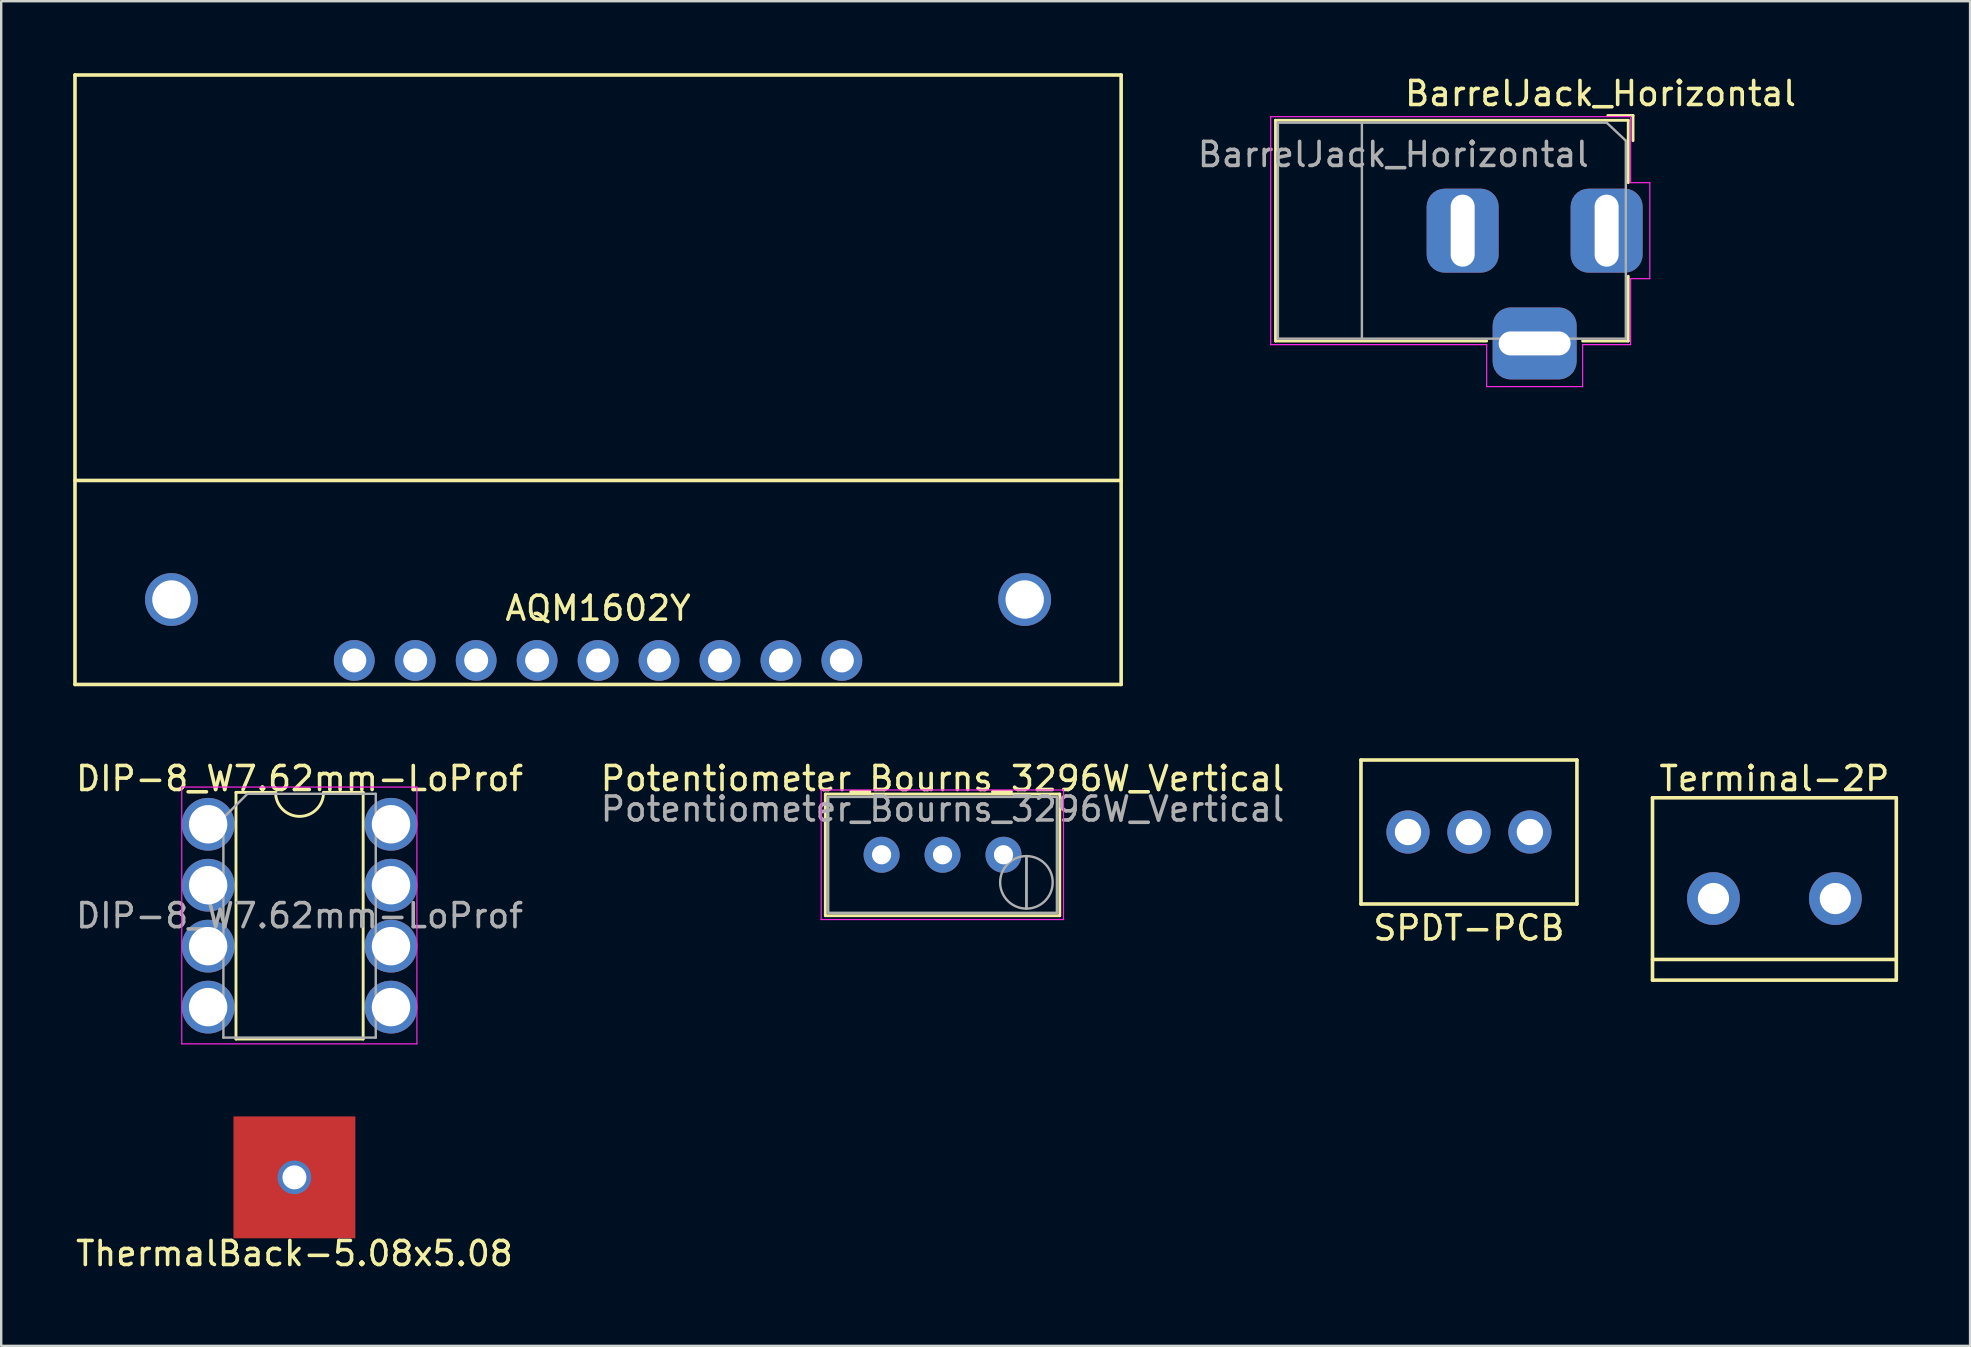
<source format=kicad_pcb>
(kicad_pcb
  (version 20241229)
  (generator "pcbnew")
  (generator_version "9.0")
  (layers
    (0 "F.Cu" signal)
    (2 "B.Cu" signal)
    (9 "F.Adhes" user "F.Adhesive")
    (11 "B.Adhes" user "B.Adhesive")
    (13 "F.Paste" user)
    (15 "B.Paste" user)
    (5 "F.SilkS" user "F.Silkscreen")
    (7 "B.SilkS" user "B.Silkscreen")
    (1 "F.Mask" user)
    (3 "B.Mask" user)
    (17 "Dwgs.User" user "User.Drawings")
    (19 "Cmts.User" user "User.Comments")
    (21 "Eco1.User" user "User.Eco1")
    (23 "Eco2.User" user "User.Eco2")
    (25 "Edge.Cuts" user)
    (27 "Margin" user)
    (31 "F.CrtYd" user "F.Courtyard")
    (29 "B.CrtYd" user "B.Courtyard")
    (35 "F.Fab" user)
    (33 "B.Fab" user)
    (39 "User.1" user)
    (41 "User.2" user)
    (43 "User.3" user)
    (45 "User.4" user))
  (footprint "Terminal-2P"
    (layer "F.Cu")
    (at 70.9 34.398)
    (property "Reference" "Terminal-2P" (at 0 -5 0) (layer "F.SilkS") (effects (font (size 1 1) (thickness 0.15))))
    (attr through_hole)
    (fp_line (start -5.08 -4.2) (end 5.08 -4.2) (stroke (width 0.15) (type solid)) (layer "F.SilkS"))
    (fp_line (start -5.08 2.54) (end 5.08 2.54) (stroke (width 0.15) (type solid)) (layer "F.SilkS"))
    (fp_line (start -5.08 3.4) (end -5.08 -4.2) (stroke (width 0.15) (type solid)) (layer "F.SilkS"))
    (fp_line (start 5.08 -4.2) (end 5.08 3.4) (stroke (width 0.15) (type solid)) (layer "F.SilkS"))
    (fp_line (start 5.08 3.4) (end -5.08 3.4) (stroke (width 0.15) (type solid)) (layer "F.SilkS"))
    (pad "1" thru_hole circle (at -2.54 0) (size 2.2 2.2) (drill 1.3) (layers "*.Cu" "*.Mask"))
    (pad "2" thru_hole circle (at 2.54 0) (size 2.2 2.2) (drill 1.3) (layers "*.Cu" "*.Mask")))
  (footprint "AQM1602Y"
    (layer "F.Cu")
    (at 21.875 24.475)
    (property "Reference" "AQM1602Y" (at 0 -2.175 0) (layer "F.SilkS") (effects (font (size 1 1) (thickness 0.15))))
    (attr through_hole)
    (fp_line (start -21.8 -24.4) (end 21.8 -24.4) (stroke (width 0.15) (type solid)) (layer "F.SilkS"))
    (fp_line (start -21.8 -7.5) (end 21.8 -7.5) (stroke (width 0.15) (type solid)) (layer "F.SilkS"))
    (fp_line (start -21.8 1) (end -21.8 -24.4) (stroke (width 0.15) (type solid)) (layer "F.SilkS"))
    (fp_line (start 21.8 -24.4) (end 21.8 1) (stroke (width 0.15) (type solid)) (layer "F.SilkS"))
    (fp_line (start 21.8 1) (end -21.8 1) (stroke (width 0.15) (type solid)) (layer "F.SilkS"))
    (pad "0" thru_hole circle (at -17.78 -2.54) (size 2.2 2.2) (drill 1.6) (layers "*.Cu" "*.Mask"))
    (pad "1" thru_hole circle (at -10.16 0) (size 1.7 1.7) (drill 1) (layers "*.Cu" "*.Mask"))
    (pad "2" thru_hole circle (at -7.62 0) (size 1.7 1.7) (drill 1) (layers "*.Cu" "*.Mask"))
    (pad "3" thru_hole circle (at -5.08 0) (size 1.7 1.7) (drill 1) (layers "*.Cu" "*.Mask"))
    (pad "4" thru_hole circle (at -2.54 0) (size 1.7 1.7) (drill 1) (layers "*.Cu" "*.Mask"))
    (pad "5" thru_hole circle (at 0 0) (size 1.7 1.7) (drill 1) (layers "*.Cu" "*.Mask"))
    (pad "6" thru_hole circle (at 2.54 0) (size 1.7 1.7) (drill 1) (layers "*.Cu" "*.Mask"))
    (pad "7" thru_hole circle (at 5.08 0) (size 1.7 1.7) (drill 1) (layers "*.Cu" "*.Mask"))
    (pad "8" thru_hole circle (at 7.62 0) (size 1.7 1.7) (drill 1) (layers "*.Cu" "*.Mask"))
    (pad "9" thru_hole circle (at 10.16 0) (size 1.7 1.7) (drill 1) (layers "*.Cu" "*.Mask"))
    (pad "10" thru_hole circle (at 17.78 -2.54) (size 2.2 2.2) (drill 1.6) (layers "*.Cu" "*.Mask")))
  (footprint "DIP-8_W7.62mm-LoProf"
    (layer "F.Cu")
    (at 5.625 31.303)
    (property "Reference" "DIP-8_W7.62mm-LoProf" (at 3.81 -1.905 0) (layer "F.SilkS") (effects (font (size 1 1) (thickness 0.15))))
    (attr through_hole)
    (fp_line (start 1.16 -1.33) (end 1.16 8.95) (stroke (width 0.12) (type solid)) (layer "F.SilkS"))
    (fp_line (start 1.16 8.95) (end 6.46 8.95) (stroke (width 0.12) (type solid)) (layer "F.SilkS"))
    (fp_line (start 2.81 -1.33) (end 1.16 -1.33) (stroke (width 0.12) (type solid)) (layer "F.SilkS"))
    (fp_line (start 6.46 -1.33) (end 4.81 -1.33) (stroke (width 0.12) (type solid)) (layer "F.SilkS"))
    (fp_line (start 6.46 8.95) (end 6.46 -1.33) (stroke (width 0.12) (type solid)) (layer "F.SilkS"))
    (fp_arc (start 4.81 -1.33) (mid 3.81 -0.33) (end 2.81 -1.33) (stroke (width 0.12) (type solid)) (layer "F.SilkS"))
    (fp_line (start -1.1 -1.55) (end -1.1 9.15) (stroke (width 0.05) (type solid)) (layer "F.CrtYd"))
    (fp_line (start -1.1 9.15) (end 8.7 9.15) (stroke (width 0.05) (type solid)) (layer "F.CrtYd"))
    (fp_line (start 8.7 -1.55) (end -1.1 -1.55) (stroke (width 0.05) (type solid)) (layer "F.CrtYd"))
    (fp_line (start 8.7 9.15) (end 8.7 -1.55) (stroke (width 0.05) (type solid)) (layer "F.CrtYd"))
    (fp_line (start 0.635 -0.27) (end 1.635 -1.27) (stroke (width 0.1) (type solid)) (layer "F.Fab"))
    (fp_line (start 0.635 8.89) (end 0.635 -0.27) (stroke (width 0.1) (type solid)) (layer "F.Fab"))
    (fp_line (start 1.635 -1.27) (end 6.985 -1.27) (stroke (width 0.1) (type solid)) (layer "F.Fab"))
    (fp_line (start 6.985 -1.27) (end 6.985 8.89) (stroke (width 0.1) (type solid)) (layer "F.Fab"))
    (fp_line (start 6.985 8.89) (end 0.635 8.89) (stroke (width 0.1) (type solid)) (layer "F.Fab"))
    (fp_text user "${REFERENCE}" (at 3.81 3.81 0) (layer "F.Fab") (effects (font (size 1 1) (thickness 0.15))))
    (pad "1" thru_hole circle (at 0 0) (size 2.2 2.2) (drill 1.6) (layers "*.Cu" "*.Mask"))
    (pad "2" thru_hole circle (at 0 2.54) (size 2.2 2.2) (drill 1.6) (layers "*.Cu" "*.Mask"))
    (pad "3" thru_hole circle (at 0 5.08) (size 2.2 2.2) (drill 1.6) (layers "*.Cu" "*.Mask"))
    (pad "4" thru_hole circle (at 0 7.62) (size 2.2 2.2) (drill 1.6) (layers "*.Cu" "*.Mask"))
    (pad "5" thru_hole circle (at 7.62 7.62) (size 2.2 2.2) (drill 1.6) (layers "*.Cu" "*.Mask"))
    (pad "6" thru_hole circle (at 7.62 5.08) (size 2.2 2.2) (drill 1.6) (layers "*.Cu" "*.Mask"))
    (pad "7" thru_hole circle (at 7.62 2.54) (size 2.2 2.2) (drill 1.6) (layers "*.Cu" "*.Mask"))
    (pad "8" thru_hole circle (at 7.62 0) (size 2.2 2.2) (drill 1.6) (layers "*.Cu" "*.Mask")))
  (footprint "BarrelJack_Horizontal"
    (layer "F.Cu")
    (at 63.908 6.563)
    (property "Reference" "BarrelJack_Horizontal" (at -0.254 -5.715 0) (layer "F.SilkS") (effects (font (size 1 1) (thickness 0.15))))
    (attr through_hole)
    (fp_line (start -13.8 -4.6) (end 0.9 -4.6) (stroke (width 0.12) (type solid)) (layer "F.SilkS"))
    (fp_line (start -13.8 4.6) (end -13.8 -4.6) (stroke (width 0.12) (type solid)) (layer "F.SilkS"))
    (fp_line (start -5 4.6) (end -13.8 4.6) (stroke (width 0.12) (type solid)) (layer "F.SilkS"))
    (fp_line (start 0.05 -4.8) (end 1.1 -4.8) (stroke (width 0.12) (type solid)) (layer "F.SilkS"))
    (fp_line (start 0.9 -4.6) (end 0.9 -2) (stroke (width 0.12) (type solid)) (layer "F.SilkS"))
    (fp_line (start 0.9 1.9) (end 0.9 4.6) (stroke (width 0.12) (type solid)) (layer "F.SilkS"))
    (fp_line (start 0.9 4.6) (end -1 4.6) (stroke (width 0.12) (type solid)) (layer "F.SilkS"))
    (fp_line (start 1.1 -3.75) (end 1.1 -4.8) (stroke (width 0.12) (type solid)) (layer "F.SilkS"))
    (fp_line (start -14 4.75) (end -14 -4.75) (stroke (width 0.05) (type solid)) (layer "F.CrtYd"))
    (fp_line (start -5 4.75) (end -14 4.75) (stroke (width 0.05) (type solid)) (layer "F.CrtYd"))
    (fp_line (start -5 6.5) (end -5 4.75) (stroke (width 0.05) (type solid)) (layer "F.CrtYd"))
    (fp_line (start -1 4.75) (end -1 6.5) (stroke (width 0.05) (type solid)) (layer "F.CrtYd"))
    (fp_line (start -1 6.5) (end -5 6.5) (stroke (width 0.05) (type solid)) (layer "F.CrtYd"))
    (fp_line (start 1 -4.75) (end -14 -4.75) (stroke (width 0.05) (type solid)) (layer "F.CrtYd"))
    (fp_line (start 1 -4.5) (end 1 -4.75) (stroke (width 0.05) (type solid)) (layer "F.CrtYd"))
    (fp_line (start 1 -4.5) (end 1 -2) (stroke (width 0.05) (type solid)) (layer "F.CrtYd"))
    (fp_line (start 1 -2) (end 1.8 -2) (stroke (width 0.05) (type solid)) (layer "F.CrtYd"))
    (fp_line (start 1 2) (end 1 4.75) (stroke (width 0.05) (type solid)) (layer "F.CrtYd"))
    (fp_line (start 1 4.75) (end -1 4.75) (stroke (width 0.05) (type solid)) (layer "F.CrtYd"))
    (fp_line (start 1.8 -2) (end 1.8 2) (stroke (width 0.05) (type solid)) (layer "F.CrtYd"))
    (fp_line (start 1.8 2) (end 1 2) (stroke (width 0.05) (type solid)) (layer "F.CrtYd"))
    (fp_line (start -13.7 -4.5) (end -13.7 4.5) (stroke (width 0.1) (type solid)) (layer "F.Fab"))
    (fp_line (start -13.7 4.5) (end 0.8 4.5) (stroke (width 0.1) (type solid)) (layer "F.Fab"))
    (fp_line (start -10.2 -4.5) (end -10.2 4.5) (stroke (width 0.1) (type solid)) (layer "F.Fab"))
    (fp_line (start -0.003 -4.505) (end 0.8 -3.75) (stroke (width 0.1) (type solid)) (layer "F.Fab"))
    (fp_line (start 0 -4.5) (end -13.7 -4.5) (stroke (width 0.1) (type solid)) (layer "F.Fab"))
    (fp_line (start 0.8 4.5) (end 0.8 -3.75) (stroke (width 0.1) (type solid)) (layer "F.Fab"))
    (fp_text user "${REFERENCE}" (at -8.89 -3.175 0) (layer "F.Fab") (effects (font (size 1 1) (thickness 0.15))))
    (pad "1" thru_hole roundrect (at 0 0) (size 3 3.5) (drill oval 1 3) (layers "*.Cu" "*.Mask") (roundrect_rratio 0.25))
    (pad "2" thru_hole roundrect (at -6 0) (size 3 3.5) (drill oval 1 3) (layers "*.Cu" "*.Mask") (roundrect_rratio 0.25))
    (pad "3" thru_hole roundrect (at -3 4.7) (size 3.5 3) (drill oval 3 1) (layers "*.Cu" "*.Mask") (roundrect_rratio 0.25)))
  (footprint "ThermalBack-5.08x5.08"
    (layer "F.Cu")
    (at 9.22 46.018)
    (property "Reference" "ThermalBack-5.08x5.08" (at 0 3.175 0) (layer "F.SilkS") (effects (font (size 1 1) (thickness 0.15))))
    (attr through_hole)
    (pad "1" thru_hole circle (at 0 0) (size 1.4 1.4) (drill 1) (layers "*.Cu" "*.Mask"))
    (pad "1" smd rect (at 0 0) (size 5.08 5.08) (layers "F.Cu" "F.Mask" "F.Paste")))
  (footprint "SPDT-PCB"
    (layer "F.Cu")
    (at 58.17 31.625)
    (property "Reference" "SPDT-PCB" (at 0 4 0) (layer "F.SilkS") (effects (font (size 1 1) (thickness 0.15))))
    (attr through_hole)
    (fp_line (start -4.5 -3) (end 4.5 -3) (stroke (width 0.15) (type solid)) (layer "F.SilkS"))
    (fp_line (start -4.5 3) (end -4.5 -3) (stroke (width 0.15) (type solid)) (layer "F.SilkS"))
    (fp_line (start 4.5 -3) (end 4.5 3) (stroke (width 0.15) (type solid)) (layer "F.SilkS"))
    (fp_line (start 4.5 3) (end -4.5 3) (stroke (width 0.15) (type solid)) (layer "F.SilkS"))
    (pad "1" thru_hole circle (at -2.54 0) (size 1.8 1.8) (drill 1.1) (layers "*.Cu" "*.Mask"))
    (pad "2" thru_hole circle (at 0 0) (size 1.8 1.8) (drill 1.1) (layers "*.Cu" "*.Mask"))
    (pad "3" thru_hole circle (at 2.54 0) (size 1.8 1.8) (drill 1.1) (layers "*.Cu" "*.Mask")))
  (footprint "Potentiometer_Bourns_3296W_Vertical"
    (layer "F.Cu")
    (at 38.772 32.573)
    (property "Reference" "Potentiometer_Bourns_3296W_Vertical" (at -2.54 -3.175 0) (layer "F.SilkS") (effects (font (size 1 1) (thickness 0.15))))
    (attr through_hole)
    (fp_line (start -7.425 -2.53) (end -7.425 2.54) (stroke (width 0.12) (type solid)) (layer "F.SilkS"))
    (fp_line (start -7.425 -2.53) (end 2.345 -2.53) (stroke (width 0.12) (type solid)) (layer "F.SilkS"))
    (fp_line (start -7.425 2.54) (end 2.345 2.54) (stroke (width 0.12) (type solid)) (layer "F.SilkS"))
    (fp_line (start 2.345 -2.53) (end 2.345 2.54) (stroke (width 0.12) (type solid)) (layer "F.SilkS"))
    (fp_line (start -7.6 -2.7) (end -7.6 2.7) (stroke (width 0.05) (type solid)) (layer "F.CrtYd"))
    (fp_line (start -7.6 2.7) (end 2.5 2.7) (stroke (width 0.05) (type solid)) (layer "F.CrtYd"))
    (fp_line (start 2.5 -2.7) (end -7.6 -2.7) (stroke (width 0.05) (type solid)) (layer "F.CrtYd"))
    (fp_line (start 2.5 2.7) (end 2.5 -2.7) (stroke (width 0.05) (type solid)) (layer "F.CrtYd"))
    (fp_line (start -7.305 -2.41) (end -7.305 2.42) (stroke (width 0.1) (type solid)) (layer "F.Fab"))
    (fp_line (start -7.305 2.42) (end 2.225 2.42) (stroke (width 0.1) (type solid)) (layer "F.Fab"))
    (fp_line (start 0.955 2.235) (end 0.956 0.066) (stroke (width 0.1) (type solid)) (layer "F.Fab"))
    (fp_line (start 0.955 2.235) (end 0.956 0.066) (stroke (width 0.1) (type solid)) (layer "F.Fab"))
    (fp_line (start 2.225 -2.41) (end -7.305 -2.41) (stroke (width 0.1) (type solid)) (layer "F.Fab"))
    (fp_line (start 2.225 2.42) (end 2.225 -2.41) (stroke (width 0.1) (type solid)) (layer "F.Fab"))
    (fp_circle (center 0.955 1.15) (end 2.05 1.15) (stroke (width 0.1) (type solid)) (fill no) (layer "F.Fab"))
    (fp_text user "${REFERENCE}" (at -2.54 -1.905 0) (layer "F.Fab") (effects (font (size 1 1) (thickness 0.15))))
    (pad "1" thru_hole circle (at 0 0) (size 1.5 1.5) (drill 0.8) (layers "*.Cu" "*.Mask"))
    (pad "2" thru_hole circle (at -2.54 0) (size 1.5 1.5) (drill 0.8) (layers "*.Cu" "*.Mask"))
    (pad "3" thru_hole circle (at -5.08 0) (size 1.5 1.5) (drill 0.8) (layers "*.Cu" "*.Mask")))
  (gr_rect
    (start -3 -3)
    (end 79.055 53.041)
    (stroke (width 0.1) (type default))
    (fill no)
    (layer "Edge.Cuts")))
</source>
